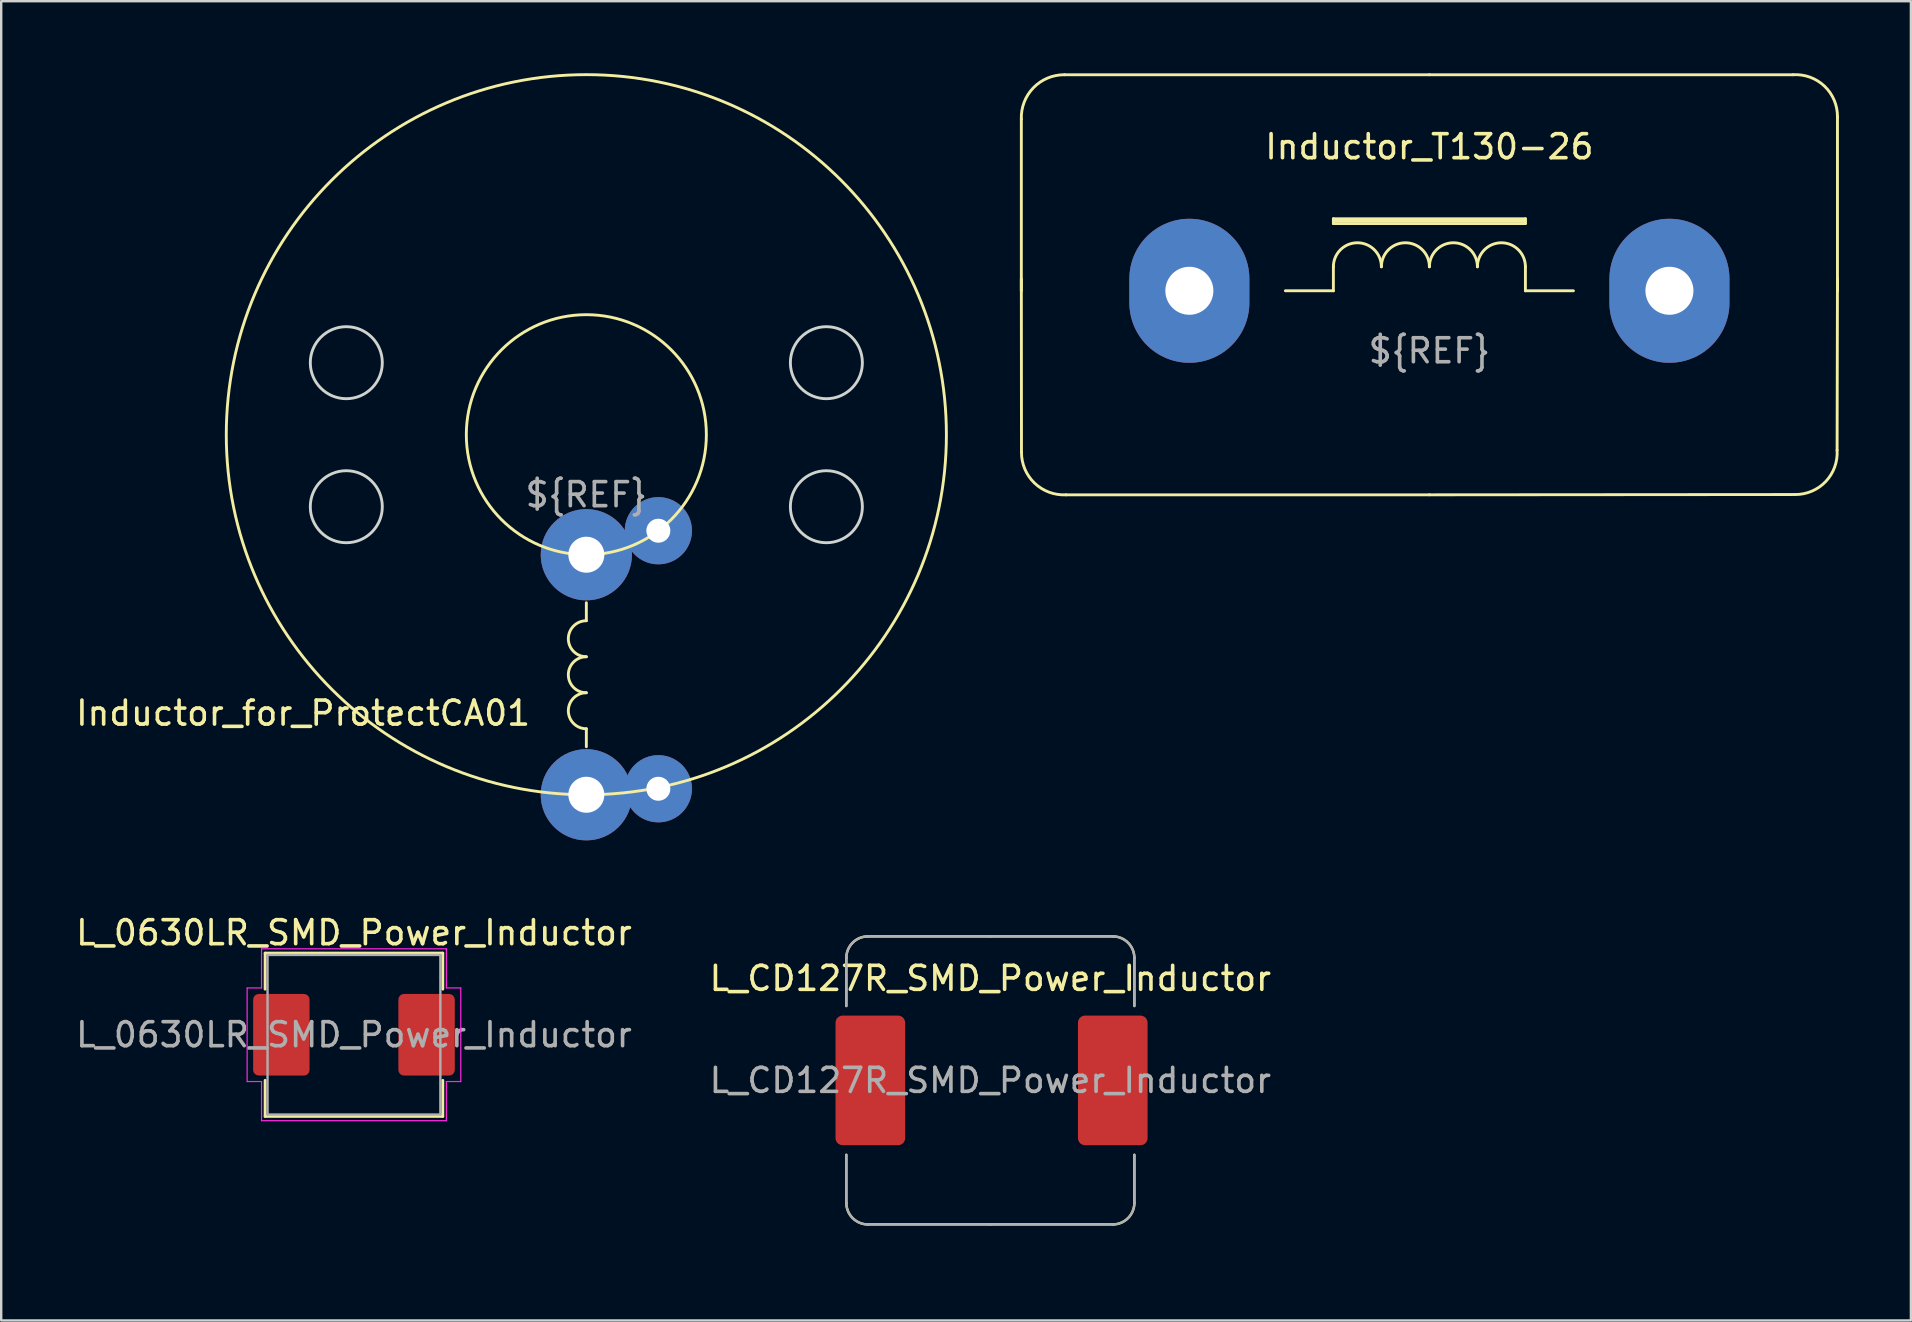
<source format=kicad_pcb>
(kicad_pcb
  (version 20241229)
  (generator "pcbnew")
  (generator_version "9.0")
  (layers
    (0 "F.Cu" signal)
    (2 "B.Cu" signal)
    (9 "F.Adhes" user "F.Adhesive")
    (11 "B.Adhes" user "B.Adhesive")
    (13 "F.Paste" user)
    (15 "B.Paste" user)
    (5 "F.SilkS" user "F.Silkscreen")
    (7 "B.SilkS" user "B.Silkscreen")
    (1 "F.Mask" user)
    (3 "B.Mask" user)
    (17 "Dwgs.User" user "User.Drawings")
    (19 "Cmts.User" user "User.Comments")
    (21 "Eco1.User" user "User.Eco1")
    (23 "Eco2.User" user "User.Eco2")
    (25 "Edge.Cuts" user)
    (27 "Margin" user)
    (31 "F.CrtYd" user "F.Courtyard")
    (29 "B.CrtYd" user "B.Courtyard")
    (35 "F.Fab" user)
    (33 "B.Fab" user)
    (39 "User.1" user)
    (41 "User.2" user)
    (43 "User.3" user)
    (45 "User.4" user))
  (footprint "L_CD127R_SMD_Power_Inductor"
    (layer "F.Cu")
    (at 38.208 41.96)
    (property "Reference" "L_CD127R_SMD_Power_Inductor" (at 0 -4.25 0) (layer "F.SilkS") (effects (font (size 1 1) (thickness 0.15))))
    (attr smd)
    (fp_line (start -6 -3.1) (end -6 -5.1) (stroke (width 0.1) (type default)) (layer "F.SilkS"))
    (fp_line (start -6 5.1) (end -6 3.1) (stroke (width 0.1) (type default)) (layer "F.SilkS"))
    (fp_line (start -5.1 -6) (end 0 -6) (stroke (width 0.1) (type default)) (layer "F.SilkS"))
    (fp_line (start -5.1 6) (end 0 6) (stroke (width 0.1) (type default)) (layer "F.SilkS"))
    (fp_line (start 0 -6) (end 5.1 -6) (stroke (width 0.1) (type default)) (layer "F.SilkS"))
    (fp_line (start 0 6) (end 5.1 6) (stroke (width 0.1) (type default)) (layer "F.SilkS"))
    (fp_line (start 6 -3.1) (end 6 -5.1) (stroke (width 0.1) (type default)) (layer "F.SilkS"))
    (fp_line (start 6 5.1) (end 6 3.1) (stroke (width 0.1) (type default)) (layer "F.SilkS"))
    (fp_arc (start -6 -5.1) (mid -5.736396 -5.736396) (end -5.1 -6) (stroke (width 0.1) (type default)) (layer "F.SilkS"))
    (fp_arc (start -5.1 6) (mid -5.736396 5.736396) (end -6 5.1) (stroke (width 0.1) (type default)) (layer "F.SilkS"))
    (fp_arc (start 5.1 -6) (mid 5.736396 -5.736396) (end 6 -5.1) (stroke (width 0.1) (type default)) (layer "F.SilkS"))
    (fp_arc (start 6 5.1) (mid 5.736396 5.736396) (end 5.1 6) (stroke (width 0.1) (type default)) (layer "F.SilkS"))
    (fp_line (start -6 -3.1) (end -6 -5.1) (stroke (width 0.1) (type default)) (layer "F.Fab"))
    (fp_line (start -6 5.1) (end -6 3.1) (stroke (width 0.1) (type default)) (layer "F.Fab"))
    (fp_line (start -5.1 -6) (end 0 -6) (stroke (width 0.1) (type default)) (layer "F.Fab"))
    (fp_line (start -5.1 6) (end 0 6) (stroke (width 0.1) (type default)) (layer "F.Fab"))
    (fp_line (start 0 -6) (end 5.1 -6) (stroke (width 0.1) (type default)) (layer "F.Fab"))
    (fp_line (start 0 6) (end 5.1 6) (stroke (width 0.1) (type default)) (layer "F.Fab"))
    (fp_line (start 6 -3.1) (end 6 -5.1) (stroke (width 0.1) (type default)) (layer "F.Fab"))
    (fp_line (start 6 5.1) (end 6 3.1) (stroke (width 0.1) (type default)) (layer "F.Fab"))
    (fp_arc (start -6 -5.1) (mid -5.736396 -5.736396) (end -5.1 -6) (stroke (width 0.1) (type default)) (layer "F.Fab"))
    (fp_arc (start -5.1 6) (mid -5.736396 5.736396) (end -6 5.1) (stroke (width 0.1) (type default)) (layer "F.Fab"))
    (fp_arc (start 5.1 -6) (mid 5.736396 -5.736396) (end 6 -5.1) (stroke (width 0.1) (type default)) (layer "F.Fab"))
    (fp_arc (start 6 5.1) (mid 5.736396 5.736396) (end 5.1 6) (stroke (width 0.1) (type default)) (layer "F.Fab"))
    (fp_text user "${REFERENCE}" (at 0 0 0) (layer "F.Fab") (effects (font (size 1 1) (thickness 0.15))))
    (pad "1" smd roundrect (at -5 0) (size 2.9 5.4) (layers "F.Cu" "F.Mask" "F.Paste") (roundrect_rratio 0.1))
    (pad "2" smd roundrect (at 5.1 0) (size 2.9 5.4) (layers "F.Cu" "F.Mask" "F.Paste") (roundrect_rratio 0.1))
    (zone (net_name "") (layers "F.Cu" "F.SilkS") (hatch edge 0.5) (connect_pads) (min_thickness 0.25) (filled_areas_thickness no) (keepout (tracks not_allowed) (vias allowed) (pads allowed) (copperpour not_allowed) (footprints allowed)) (placement (enabled no)) (fill) (polygon (pts (xy 34.708 34.96) (xy 41.708 34.96) (xy 41.708 48.96) (xy 34.708 48.96)))))
  (footprint "Inductor_for_ProtectCA01"
    (layer "F.Cu")
    (at 21.377 15.06)
    (property "Reference" "Inductor_for_ProtectCA01" (at -11.8 11.6 0) (unlocked yes) (layer "F.SilkS") (effects (font (size 1 1) (thickness 0.15))))
    (attr through_hole)
    (fp_line (start 0 7.75) (end 0 7) (stroke (width 0.12) (type solid)) (layer "F.SilkS"))
    (fp_line (start 0 12.25) (end 0 13) (stroke (width 0.12) (type solid)) (layer "F.SilkS"))
    (fp_arc (start 0 9.25) (mid -0.75 8.5) (end 0 7.75) (stroke (width 0.12) (type solid)) (layer "F.SilkS"))
    (fp_arc (start 0 10.75) (mid -0.75 10) (end 0 9.25) (stroke (width 0.12) (type solid)) (layer "F.SilkS"))
    (fp_arc (start 0 12.25) (mid -0.75 11.5) (end 0 10.75) (stroke (width 0.12) (type solid)) (layer "F.SilkS"))
    (fp_circle (center 0 0) (end 5 0) (stroke (width 0.12) (type solid)) (fill no) (layer "F.SilkS"))
    (fp_circle (center 0 0) (end 15 0) (stroke (width 0.12) (type solid)) (fill no) (layer "F.SilkS"))
    (fp_circle (center -10 -3) (end -8.5 -3) (stroke (width 0.12) (type solid)) (fill no) (layer "Edge.Cuts"))
    (fp_circle (center -10 3) (end -8.5 3) (stroke (width 0.12) (type solid)) (fill no) (layer "Edge.Cuts"))
    (fp_circle (center 10 -3) (end 11.5 -3) (stroke (width 0.12) (type solid)) (fill no) (layer "Edge.Cuts"))
    (fp_circle (center 10 3) (end 11.5 3) (stroke (width 0.12) (type solid)) (fill no) (layer "Edge.Cuts"))
    (fp_text user "${REF}" (at 0 2.5 0) (unlocked yes) (layer "F.Fab") (effects (font (size 1 1) (thickness 0.15))))
    (pad "1" thru_hole circle (at 0 5 270) (size 3.8 3.8) (drill 1.5) (layers "*.Cu" "*.Mask"))
    (pad "1" thru_hole circle (at 3 4 270) (size 2.8 2.8) (drill 1) (layers "*.Cu" "*.Mask"))
    (pad "2" thru_hole circle (at 0 15 270) (size 3.8 3.8) (drill 1.5) (layers "*.Cu" "*.Mask"))
    (pad "2" thru_hole circle (at 3 14.75 270) (size 2.8 2.8) (drill 1) (layers "*.Cu" "*.Mask")))
  (footprint "L_0630LR_SMD_Power_Inductor"
    (layer "F.Cu")
    (at 11.696 40.058)
    (property "Reference" "L_0630LR_SMD_Power_Inductor" (at 0 -4.25 0) (layer "F.SilkS") (effects (font (size 1 1) (thickness 0.15))))
    (attr smd)
    (fp_line (start -3.7 -3.4) (end -3.7 -1.9) (stroke (width 0.12) (type solid)) (layer "F.SilkS"))
    (fp_line (start -3.7 3.4) (end -3.7 1.9) (stroke (width 0.12) (type solid)) (layer "F.SilkS"))
    (fp_line (start -3.7 3.4) (end 3.7 3.4) (stroke (width 0.12) (type solid)) (layer "F.SilkS"))
    (fp_line (start 3.7 -3.4) (end -3.7 -3.4) (stroke (width 0.12) (type solid)) (layer "F.SilkS"))
    (fp_line (start 3.7 -3.4) (end 3.7 -1.9) (stroke (width 0.12) (type solid)) (layer "F.SilkS"))
    (fp_line (start 3.7 3.4) (end 3.7 1.9) (stroke (width 0.12) (type solid)) (layer "F.SilkS"))
    (fp_line (start -4.45 -1.95) (end -4.45 1.95) (stroke (width 0.05) (type solid)) (layer "F.CrtYd"))
    (fp_line (start -4.45 1.95) (end -3.85 1.95) (stroke (width 0.05) (type solid)) (layer "F.CrtYd"))
    (fp_line (start -3.85 -3.58) (end -3.85 -1.95) (stroke (width 0.05) (type solid)) (layer "F.CrtYd"))
    (fp_line (start -3.85 -1.95) (end -4.45 -1.95) (stroke (width 0.05) (type solid)) (layer "F.CrtYd"))
    (fp_line (start -3.85 1.95) (end -3.85 3.58) (stroke (width 0.05) (type solid)) (layer "F.CrtYd"))
    (fp_line (start -3.85 3.58) (end 3.85 3.58) (stroke (width 0.05) (type solid)) (layer "F.CrtYd"))
    (fp_line (start 3.85 -3.58) (end -3.85 -3.58) (stroke (width 0.05) (type solid)) (layer "F.CrtYd"))
    (fp_line (start 3.85 -1.95) (end 3.85 -3.58) (stroke (width 0.05) (type solid)) (layer "F.CrtYd"))
    (fp_line (start 3.85 1.95) (end 4.45 1.95) (stroke (width 0.05) (type solid)) (layer "F.CrtYd"))
    (fp_line (start 3.85 3.58) (end 3.85 1.95) (stroke (width 0.05) (type solid)) (layer "F.CrtYd"))
    (fp_line (start 4.45 -1.95) (end 3.85 -1.95) (stroke (width 0.05) (type solid)) (layer "F.CrtYd"))
    (fp_line (start 4.45 1.95) (end 4.45 -1.95) (stroke (width 0.05) (type solid)) (layer "F.CrtYd"))
    (fp_line (start -3.6 -3.325) (end 3.6 -3.325) (stroke (width 0.1) (type solid)) (layer "F.Fab"))
    (fp_line (start -3.6 3.325) (end -3.6 -3.325) (stroke (width 0.1) (type solid)) (layer "F.Fab"))
    (fp_line (start 3.6 -3.325) (end 3.6 3.325) (stroke (width 0.1) (type solid)) (layer "F.Fab"))
    (fp_line (start 3.6 3.325) (end -3.6 3.325) (stroke (width 0.1) (type solid)) (layer "F.Fab"))
    (fp_text user "${REFERENCE}" (at 0 0 0) (layer "F.Fab") (effects (font (size 1 1) (thickness 0.15))))
    (pad "1" smd roundrect (at -3.025 0) (size 2.35 3.4) (layers "F.Cu" "F.Mask" "F.Paste") (roundrect_rratio 0.1))
    (pad "2" smd roundrect (at 3.025 0) (size 2.35 3.4) (layers "F.Cu" "F.Mask" "F.Paste") (roundrect_rratio 0.1)))
  (footprint "Inductor_T130-26"
    (layer "F.Cu")
    (at 56.499 9.064)
    (property "Reference" "Inductor_T130-26" (at 0 -6 0) (unlocked yes) (layer "F.SilkS") (effects (font (size 1 1) (thickness 0.15))))
    (attr through_hole)
    (fp_line (start -17 -0.5) (end -16.994 6.722) (stroke (width 0.12) (type solid)) (layer "F.SilkS"))
    (fp_line (start -17 0) (end -17 -7.15) (stroke (width 0.12) (type solid)) (layer "F.SilkS"))
    (fp_line (start -15.2 -9) (end 0 -9) (stroke (width 0.12) (type solid)) (layer "F.SilkS"))
    (fp_line (start -6 0) (end -4 0) (stroke (width 0.12) (type solid)) (layer "F.SilkS"))
    (fp_line (start -4 -3) (end 4 -3) (stroke (width 0.12) (type solid)) (layer "F.SilkS"))
    (fp_line (start -4 -2.9) (end 4 -2.9) (stroke (width 0.12) (type solid)) (layer "F.SilkS"))
    (fp_line (start -4 -2.8) (end -4 -3) (stroke (width 0.12) (type solid)) (layer "F.SilkS"))
    (fp_line (start -4 -1) (end -4 0) (stroke (width 0.12) (type solid)) (layer "F.SilkS"))
    (fp_line (start 0 -9) (end 15.15 -9) (stroke (width 0.12) (type solid)) (layer "F.SilkS"))
    (fp_line (start 0 8.5) (end -15.144 8.5) (stroke (width 0.12) (type solid)) (layer "F.SilkS"))
    (fp_line (start 4 -3) (end 4 -2.8) (stroke (width 0.12) (type solid)) (layer "F.SilkS"))
    (fp_line (start 4 -2.8) (end -4 -2.8) (stroke (width 0.12) (type solid)) (layer "F.SilkS"))
    (fp_line (start 4 -1) (end 4 0) (stroke (width 0.12) (type solid)) (layer "F.SilkS"))
    (fp_line (start 4 0) (end 6 0) (stroke (width 0.12) (type solid)) (layer "F.SilkS"))
    (fp_line (start 15.235 8.488) (end 0 8.5) (stroke (width 0.12) (type solid)) (layer "F.SilkS"))
    (fp_line (start 17 -0.5) (end 16.985 6.638) (stroke (width 0.12) (type solid)) (layer "F.SilkS"))
    (fp_line (start 17 0) (end 17 -7.25) (stroke (width 0.12) (type solid)) (layer "F.SilkS"))
    (fp_arc (start -17 -7.149999) (mid -16.495369 -8.459682) (end -15.2 -9) (stroke (width 0.12) (type solid)) (layer "F.SilkS"))
    (fp_arc (start -15.143697 8.5) (mid -16.452065 8.009825) (end -16.993698 6.721908) (stroke (width 0.12) (type solid)) (layer "F.SilkS"))
    (fp_arc (start -4 -1) (mid -3 -2) (end -2 -1) (stroke (width 0.12) (type solid)) (layer "F.SilkS"))
    (fp_arc (start -2 -1) (mid -1 -2) (end 0 -1) (stroke (width 0.12) (type solid)) (layer "F.SilkS"))
    (fp_arc (start 0 -1) (mid 1 -2) (end 2 -1) (stroke (width 0.12) (type solid)) (layer "F.SilkS"))
    (fp_arc (start 2 -1) (mid 3 -2) (end 4 -1) (stroke (width 0.12) (type solid)) (layer "F.SilkS"))
    (fp_arc (start 15.15 -9) (mid 16.456304 -8.528092) (end 17.000001 -7.25) (stroke (width 0.12) (type solid)) (layer "F.SilkS"))
    (fp_arc (start 16.984783 6.638308) (mid 16.512875 7.944612) (end 15.234783 8.488309) (stroke (width 0.12) (type solid)) (layer "F.SilkS"))
    (fp_text user "${REF}" (at 0 2.5 0) (unlocked yes) (layer "F.Fab") (effects (font (size 1 1) (thickness 0.15))))
    (pad "1" thru_hole oval (at -10 0) (size 5 6) (drill 2) (layers "*.Cu" "*.Mask"))
    (pad "2" thru_hole oval (at 10 0) (size 5 6) (drill 2) (layers "*.Cu" "*.Mask")))
  (gr_rect
    (start -3 -3)
    (end 76.559 51.96)
    (stroke (width 0.1) (type default))
    (fill no)
    (layer "Edge.Cuts")))
</source>
